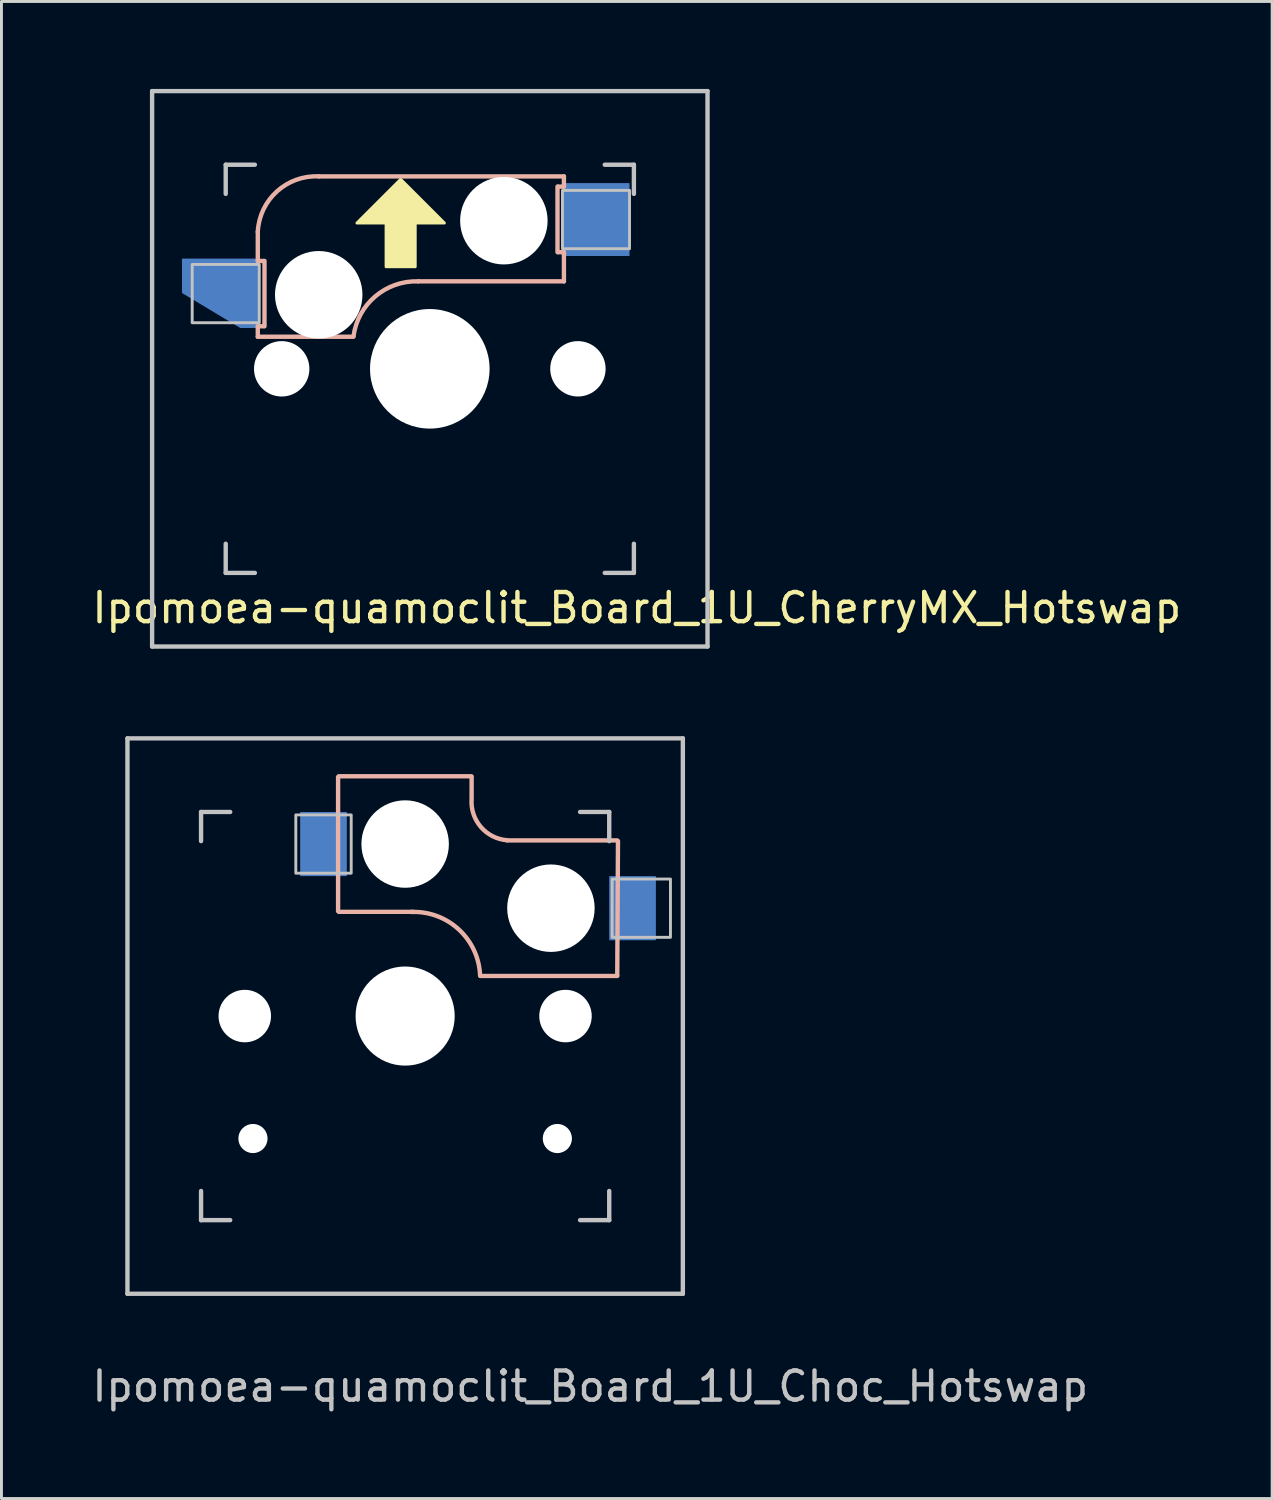
<source format=kicad_pcb>
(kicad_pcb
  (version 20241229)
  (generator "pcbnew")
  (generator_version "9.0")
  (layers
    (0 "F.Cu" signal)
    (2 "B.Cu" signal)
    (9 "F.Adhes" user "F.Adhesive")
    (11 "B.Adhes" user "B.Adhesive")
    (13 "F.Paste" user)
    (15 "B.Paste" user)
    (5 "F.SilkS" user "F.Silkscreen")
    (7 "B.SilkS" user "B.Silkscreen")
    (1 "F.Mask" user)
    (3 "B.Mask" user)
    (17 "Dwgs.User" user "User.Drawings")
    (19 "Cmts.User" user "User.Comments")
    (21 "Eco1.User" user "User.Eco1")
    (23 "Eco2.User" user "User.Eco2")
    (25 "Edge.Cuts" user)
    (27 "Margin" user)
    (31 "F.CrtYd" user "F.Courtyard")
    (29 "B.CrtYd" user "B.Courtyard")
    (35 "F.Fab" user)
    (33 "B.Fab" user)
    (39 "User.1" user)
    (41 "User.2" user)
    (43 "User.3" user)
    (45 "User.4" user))
  (footprint "Ipomoea-quamoclit_Board_1U_CherryMX_Hotswap"
    (layer "F.Cu")
    (at 11.692 9.6)
    (property "Reference" "Ipomoea-quamoclit_Board_1U_CherryMX_Hotswap" (at 7.1 8.2 0) (layer "F.SilkS") (effects (font (size 1 1) (thickness 0.15))))
    (attr through_hole)
    (fp_poly (pts (xy 0.5 -5) (xy -0.5 -5) (xy -0.5 -3.5) (xy -1.5 -3.5) (xy -1.5 -5) (xy -2.5 -5) (xy -1 -6.5)) (stroke (width 0.1) (type solid)) (fill yes) (layer "F.SilkS"))
    (fp_line (start -5.9 -4.7) (end -5.9 -3.7) (stroke (width 0.15) (type solid)) (layer "B.SilkS"))
    (fp_line (start -5.9 -3.7) (end -5.7 -3.7) (stroke (width 0.15) (type solid)) (layer "B.SilkS"))
    (fp_line (start -5.9 -1.1) (end -5.9 -1.46) (stroke (width 0.15) (type solid)) (layer "B.SilkS"))
    (fp_line (start -5.9 -1.1) (end -2.62 -1.1) (stroke (width 0.15) (type solid)) (layer "B.SilkS"))
    (fp_line (start -5.7 -1.46) (end -5.9 -1.46) (stroke (width 0.15) (type solid)) (layer "B.SilkS"))
    (fp_line (start -5.67 -3.7) (end -5.67 -1.46) (stroke (width 0.15) (type solid)) (layer "B.SilkS"))
    (fp_line (start -0.4 -3) (end 4.6 -3) (stroke (width 0.15) (type solid)) (layer "B.SilkS"))
    (fp_line (start 4.38 -4) (end 4.38 -6.25) (stroke (width 0.15) (type solid)) (layer "B.SilkS"))
    (fp_line (start 4.4 -6.25) (end 4.6 -6.25) (stroke (width 0.15) (type solid)) (layer "B.SilkS"))
    (fp_line (start 4.6 -6.6) (end -3.8 -6.6) (stroke (width 0.15) (type solid)) (layer "B.SilkS"))
    (fp_line (start 4.6 -6.25) (end 4.6 -6.6) (stroke (width 0.15) (type solid)) (layer "B.SilkS"))
    (fp_line (start 4.6 -4) (end 4.4 -4) (stroke (width 0.15) (type solid)) (layer "B.SilkS"))
    (fp_line (start 4.6 -3) (end 4.6 -4) (stroke (width 0.15) (type solid)) (layer "B.SilkS"))
    (fp_arc (start -5.9 -4.699999) (mid -5.243504 -6.084924) (end -3.800001 -6.6) (stroke (width 0.15) (type solid)) (layer "B.SilkS"))
    (fp_arc (start -2.616318 -1.121471) (mid -1.868709 -2.486118) (end -0.4 -3) (stroke (width 0.15) (type solid)) (layer "B.SilkS"))
    (fp_line (start -9.525 -9.525) (end 9.525 -9.525) (stroke (width 0.15) (type solid)) (layer "Dwgs.User"))
    (fp_line (start -9.525 9.525) (end -9.525 -9.525) (stroke (width 0.15) (type solid)) (layer "Dwgs.User"))
    (fp_line (start -7 -7) (end -6 -7) (stroke (width 0.15) (type solid)) (layer "Dwgs.User"))
    (fp_line (start -7 -6) (end -7 -7) (stroke (width 0.15) (type solid)) (layer "Dwgs.User"))
    (fp_line (start -7 6) (end -7 7) (stroke (width 0.15) (type solid)) (layer "Dwgs.User"))
    (fp_line (start -7 7) (end -6 7) (stroke (width 0.15) (type solid)) (layer "Dwgs.User"))
    (fp_line (start 6 7) (end 7 7) (stroke (width 0.15) (type solid)) (layer "Dwgs.User"))
    (fp_line (start 7 -7) (end 6 -7) (stroke (width 0.15) (type solid)) (layer "Dwgs.User"))
    (fp_line (start 7 -7) (end 7 -6) (stroke (width 0.15) (type solid)) (layer "Dwgs.User"))
    (fp_line (start 7 7) (end 7 6) (stroke (width 0.15) (type solid)) (layer "Dwgs.User"))
    (fp_line (start 9.525 -9.525) (end 9.525 9.525) (stroke (width 0.15) (type solid)) (layer "Dwgs.User"))
    (fp_line (start 9.525 9.525) (end -9.525 9.525) (stroke (width 0.15) (type solid)) (layer "Dwgs.User"))
    (fp_poly (pts (xy -5.85 -1.58) (xy -8.15 -1.58) (xy -8.15 -3.58) (xy -5.85 -3.58)) (stroke (width 0.1) (type solid)) (fill no) (layer "Dwgs.User"))
    (fp_poly (pts (xy 6.85 -4.12) (xy 4.55 -4.12) (xy 4.55 -6.12) (xy 6.85 -6.12)) (stroke (width 0.1) (type solid)) (fill no) (layer "Dwgs.User"))
    (pad "" np_thru_hole circle (at -5.08 0) (size 1.9 1.9) (drill 1.9) (layers "*.Cu" "*.Mask"))
    (pad "" np_thru_hole circle (at -3.81 -2.54 180) (size 3 3) (drill 3) (layers "*.Cu" "*.Mask"))
    (pad "" np_thru_hole circle (at 0 0 90) (size 4.1 4.1) (drill 4.1) (layers "*.Cu" "*.Mask"))
    (pad "" np_thru_hole circle (at 2.54 -5.08 180) (size 3 3) (drill 3) (layers "*.Cu" "*.Mask"))
    (pad "" np_thru_hole circle (at 5.08 0) (size 1.9 1.9) (drill 1.9) (layers "*.Cu" "*.Mask"))
    (pad "1" smd custom (at -7 -2.7) (size 1.524 1.524) (layers "B.Cu" "B.Mask" "B.Paste") (options (anchor circle)) (primitives (gr_poly (pts (xy 1.15 1.3) (xy 0.5 1.3) (xy -1.5 0.1) (xy -1.5 -1.08) (xy 1.15 -1.08)) (width 0) (fill yes))))
    (pad "2" smd rect (at 5.7 -5.12 180) (size 2.3 2.5) (layers "B.Cu" "B.Mask" "B.Paste")))
  (footprint "Ipomoea-quamoclit_Board_1U_Choc_Hotswap"
    (layer "F.Cu")
    (at 10.846 31.8)
    (property "Reference" "Ipomoea-quamoclit_Board_1U_Choc_Hotswap" (at 6.35 12.7 0) (layer "Dwgs.User") (effects (font (size 1 1) (thickness 0.15))))
    (attr through_hole)
    (fp_line (start -2.3 -3.6) (end -2.3 -8.2) (stroke (width 0.15) (type solid)) (layer "B.SilkS"))
    (fp_line (start -2.275 -8.225) (end 2.275 -8.225) (stroke (width 0.15) (type solid)) (layer "B.SilkS"))
    (fp_line (start -2.275 -3.575) (end 0.275 -3.575) (stroke (width 0.15) (type solid)) (layer "B.SilkS"))
    (fp_line (start 2.28 -7.5) (end 2.28 -8.2) (stroke (width 0.15) (type solid)) (layer "B.SilkS"))
    (fp_line (start 2.575 -1.375) (end 7.275 -1.375) (stroke (width 0.15) (type solid)) (layer "B.SilkS"))
    (fp_line (start 3.5 -6.025) (end 7.275 -6.025) (stroke (width 0.15) (type solid)) (layer "B.SilkS"))
    (fp_line (start 7.275 -1.4) (end 7.3 -6) (stroke (width 0.15) (type solid)) (layer "B.SilkS"))
    (fp_arc (start 0.2 -3.57) (mid 1.834422 -2.975843) (end 2.57 -1.4) (stroke (width 0.15) (type solid)) (layer "B.SilkS"))
    (fp_arc (start 3.5 -6.03) (mid 2.595908 -6.48733) (end 2.28 -7.45) (stroke (width 0.15) (type solid)) (layer "B.SilkS"))
    (fp_line (start -9.525 -9.525) (end 9.525 -9.525) (stroke (width 0.15) (type solid)) (layer "Dwgs.User"))
    (fp_line (start -9.525 9.525) (end -9.525 -9.525) (stroke (width 0.15) (type solid)) (layer "Dwgs.User"))
    (fp_line (start -7 -7) (end -7 -6) (stroke (width 0.15) (type solid)) (layer "Dwgs.User"))
    (fp_line (start -7 6) (end -7 7) (stroke (width 0.15) (type solid)) (layer "Dwgs.User"))
    (fp_line (start -7 7) (end -6 7) (stroke (width 0.15) (type solid)) (layer "Dwgs.User"))
    (fp_line (start -6 -7) (end -7 -7) (stroke (width 0.15) (type solid)) (layer "Dwgs.User"))
    (fp_line (start 6 -7) (end 7 -7) (stroke (width 0.15) (type solid)) (layer "Dwgs.User"))
    (fp_line (start 7 -7) (end 7 -6) (stroke (width 0.15) (type solid)) (layer "Dwgs.User"))
    (fp_line (start 7 6) (end 7 7) (stroke (width 0.15) (type solid)) (layer "Dwgs.User"))
    (fp_line (start 7 7) (end 6 7) (stroke (width 0.15) (type solid)) (layer "Dwgs.User"))
    (fp_line (start 9.525 -9.525) (end 9.525 9.525) (stroke (width 0.15) (type solid)) (layer "Dwgs.User"))
    (fp_line (start 9.525 9.525) (end -9.525 9.525) (stroke (width 0.15) (type solid)) (layer "Dwgs.User"))
    (fp_poly (pts (xy -3.75 -6.9) (xy -1.85 -6.9) (xy -1.85 -4.9) (xy -3.75 -4.9)) (stroke (width 0.1) (type solid)) (fill no) (layer "Dwgs.User"))
    (fp_poly (pts (xy 7.1 -4.7) (xy 9.1 -4.7) (xy 9.1 -2.7) (xy 7.1 -2.7)) (stroke (width 0.1) (type solid)) (fill no) (layer "Dwgs.User"))
    (pad "" np_thru_hole circle (at -5.5 0 270) (size 1.8 1.8) (drill 1.8) (layers "*.Cu" "*.Mask"))
    (pad "" np_thru_hole circle (at -5.22 4.2) (size 1 1) (drill 1) (layers "*.Cu" "*.Mask"))
    (pad "" np_thru_hole circle (at 0 -5.9 270) (size 3 3) (drill 3) (layers "*.Cu" "*.Mask"))
    (pad "" np_thru_hole circle (at 0 0 270) (size 3.4 3.4) (drill 3.4) (layers "*.Cu" "*.Mask"))
    (pad "" np_thru_hole circle (at 5 -3.7 270) (size 3 3) (drill 3) (layers "*.Cu" "*.Mask"))
    (pad "" np_thru_hole circle (at 5.22 4.2) (size 1 1) (drill 1) (layers "*.Cu" "*.Mask"))
    (pad "" np_thru_hole circle (at 5.5 0 270) (size 1.8 1.8) (drill 1.8) (layers "*.Cu" "*.Mask"))
    (pad "1" smd rect (at 7.8 -3.7) (size 1.6 2.2) (layers "B.Cu" "B.Mask" "B.Paste"))
    (pad "2" smd rect (at -2.8 -5.9) (size 1.6 2.2) (layers "B.Cu" "B.Mask" "B.Paste")))
  (gr_rect
    (start -3 -3)
    (end 40.583 48.348)
    (stroke (width 0.1) (type default))
    (fill no)
    (layer "Edge.Cuts")))
</source>
